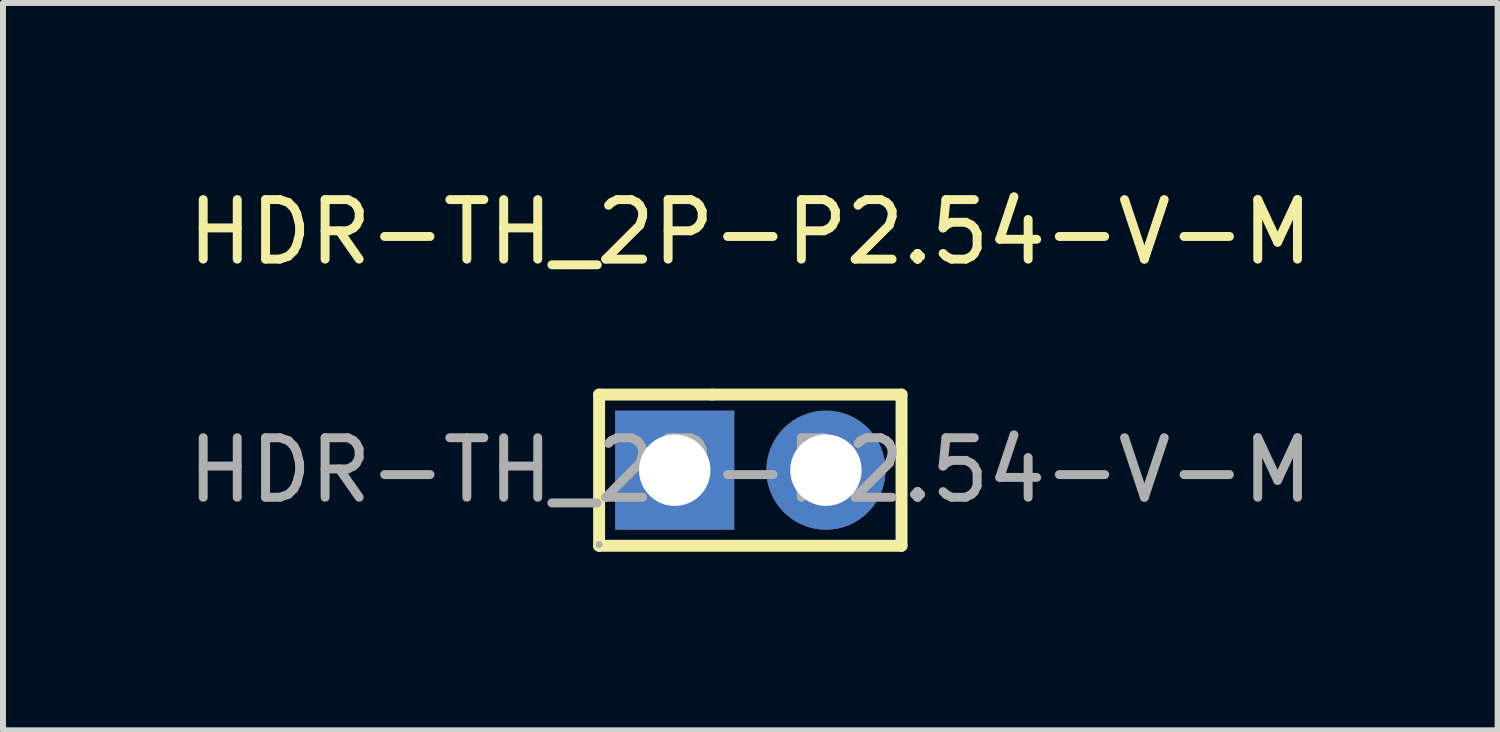
<source format=kicad_pcb>
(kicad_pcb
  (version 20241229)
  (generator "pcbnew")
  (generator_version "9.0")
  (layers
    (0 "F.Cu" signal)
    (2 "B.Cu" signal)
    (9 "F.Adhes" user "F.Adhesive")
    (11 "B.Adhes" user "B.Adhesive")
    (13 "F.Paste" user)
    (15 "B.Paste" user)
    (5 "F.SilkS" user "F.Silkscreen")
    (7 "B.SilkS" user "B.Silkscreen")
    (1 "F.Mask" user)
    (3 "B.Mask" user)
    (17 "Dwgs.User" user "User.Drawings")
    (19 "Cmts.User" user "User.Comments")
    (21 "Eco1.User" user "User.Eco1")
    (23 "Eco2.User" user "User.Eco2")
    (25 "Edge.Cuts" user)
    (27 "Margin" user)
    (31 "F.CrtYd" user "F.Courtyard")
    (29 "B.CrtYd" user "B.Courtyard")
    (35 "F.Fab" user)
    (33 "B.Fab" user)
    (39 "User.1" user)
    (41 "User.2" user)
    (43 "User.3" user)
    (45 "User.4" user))
  (footprint "HDR-TH_2P-P2.54-V-M"
    (layer "F.Cu")
    (at 9.554 4.848)
    (property "Reference" "HDR-TH_2P-P2.54-V-M" (at 0 -4 0) (layer "F.SilkS") (effects (font (size 1 1) (thickness 0.15))))
    (attr through_hole)
    (fp_line (start -2.54 -1.27) (end -0.64 -1.27) (stroke (width 0.2) (type solid)) (layer "F.SilkS"))
    (fp_line (start -2.54 1.27) (end -2.54 -1.27) (stroke (width 0.2) (type solid)) (layer "F.SilkS"))
    (fp_line (start 2.54 -1.27) (end -0.64 -1.27) (stroke (width 0.2) (type solid)) (layer "F.SilkS"))
    (fp_line (start 2.54 -1.27) (end 2.54 1.27) (stroke (width 0.2) (type solid)) (layer "F.SilkS"))
    (fp_line (start 2.54 1.27) (end -2.54 1.27) (stroke (width 0.2) (type solid)) (layer "F.SilkS"))
    (fp_circle (center -2.54 1.25) (end -2.51 1.25) (stroke (width 0.06) (type solid)) (fill no) (layer "F.Fab"))
    (fp_text user "${REFERENCE}" (at 0 0 0) (layer "F.Fab") (effects (font (size 1 1) (thickness 0.15))))
    (pad "1" thru_hole rect (at -1.27 0) (size 2 2) (drill 1.2) (layers "*.Cu" "*.Mask"))
    (pad "2" thru_hole circle (at 1.27 0) (size 2 2) (drill 1.2) (layers "*.Cu" "*.Mask")))
  (gr_rect
    (start -3 -3)
    (end 22.107 9.218)
    (stroke (width 0.1) (type default))
    (fill no)
    (layer "Edge.Cuts")))
</source>
